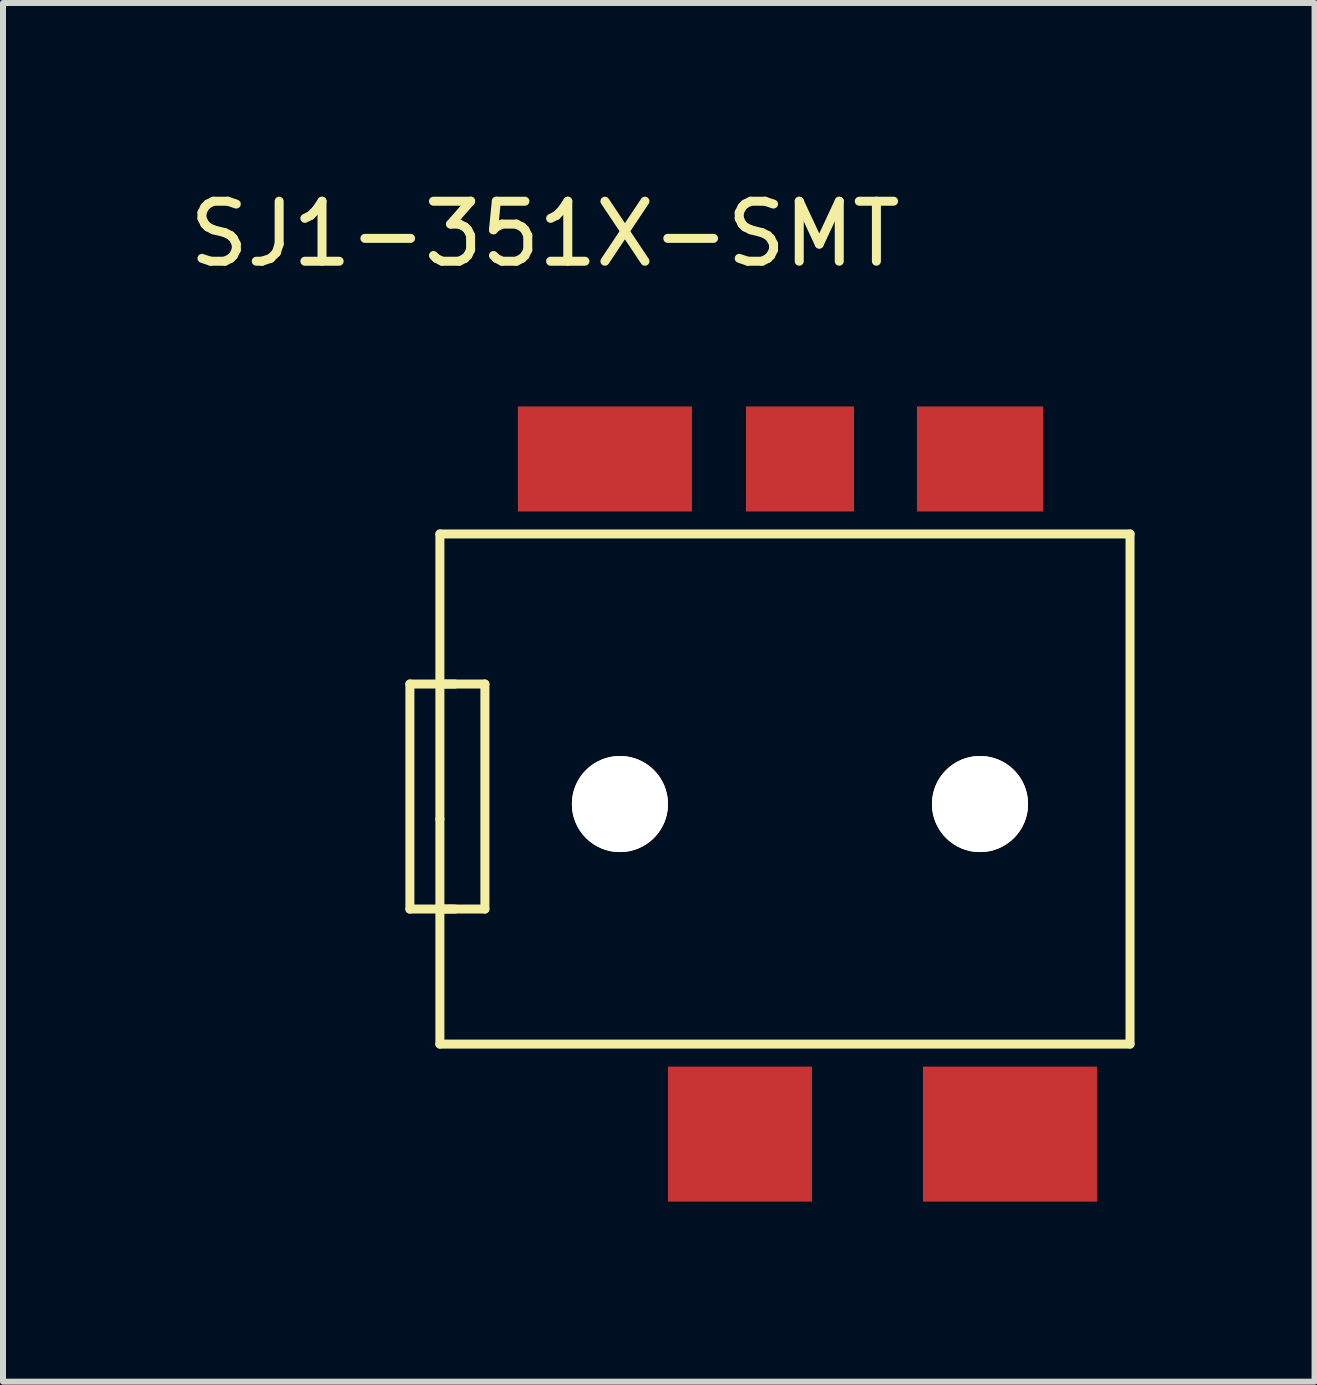
<source format=kicad_pcb>
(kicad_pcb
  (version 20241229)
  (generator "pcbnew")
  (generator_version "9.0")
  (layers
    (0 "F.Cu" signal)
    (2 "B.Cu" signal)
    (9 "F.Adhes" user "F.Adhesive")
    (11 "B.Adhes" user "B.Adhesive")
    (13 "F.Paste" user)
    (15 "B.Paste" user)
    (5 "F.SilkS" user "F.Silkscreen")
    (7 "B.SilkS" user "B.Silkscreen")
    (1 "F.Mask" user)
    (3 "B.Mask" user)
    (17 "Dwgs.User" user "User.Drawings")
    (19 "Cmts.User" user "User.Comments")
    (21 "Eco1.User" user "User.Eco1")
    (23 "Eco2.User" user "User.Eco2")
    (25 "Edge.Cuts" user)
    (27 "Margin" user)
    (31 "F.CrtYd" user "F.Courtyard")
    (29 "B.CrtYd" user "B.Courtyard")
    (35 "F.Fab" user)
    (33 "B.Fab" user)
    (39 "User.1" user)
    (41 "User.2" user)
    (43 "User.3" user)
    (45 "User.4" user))
  (footprint "SJ1-351X-SMT"
    (layer "F.Cu")
    (at 10.28 10.348)
    (property "Reference" "SJ1-351X-SMT" (at -4.25 -9.5 0) (layer "F.SilkS") (effects (font (size 1 1) (thickness 0.15))))
    (attr through_hole)
    (fp_line (start -6.5 -2) (end -6.5 1.75) (stroke (width 0.15) (type solid)) (layer "F.SilkS"))
    (fp_line (start -6.5 1.75) (end -5.75 1.75) (stroke (width 0.15) (type solid)) (layer "F.SilkS"))
    (fp_line (start -6 -4.5) (end 5.5 -4.5) (stroke (width 0.15) (type solid)) (layer "F.SilkS"))
    (fp_line (start -6 0.25) (end -6 -4.5) (stroke (width 0.15) (type solid)) (layer "F.SilkS"))
    (fp_line (start -6 1.75) (end -5.25 1.75) (stroke (width 0.15) (type solid)) (layer "F.SilkS"))
    (fp_line (start -6 4) (end -6 0.25) (stroke (width 0.15) (type solid)) (layer "F.SilkS"))
    (fp_line (start -5.75 -2) (end -6.5 -2) (stroke (width 0.15) (type solid)) (layer "F.SilkS"))
    (fp_line (start -5.25 -2) (end -6 -2) (stroke (width 0.15) (type solid)) (layer "F.SilkS"))
    (fp_line (start -5.25 1.75) (end -5.25 -2) (stroke (width 0.15) (type solid)) (layer "F.SilkS"))
    (fp_line (start 5.5 -4.5) (end 5.5 4) (stroke (width 0.15) (type solid)) (layer "F.SilkS"))
    (fp_line (start 5.5 4) (end -6 4) (stroke (width 0.15) (type solid)) (layer "F.SilkS"))
    (pad "1" smd rect (at -3.25 -5.75) (size 2.9 1.75) (layers "F.Cu" "F.Mask" "F.Paste"))
    (pad "2" smd rect (at 3.5 5.5) (size 2.9 2.25) (layers "F.Cu" "F.Mask" "F.Paste"))
    (pad "3" smd rect (at 3 -5.75) (size 2.1 1.75) (layers "F.Cu" "F.Mask" "F.Paste"))
    (pad "4" smd rect (at -1 5.5) (size 2.4 2.25) (layers "F.Cu" "F.Mask" "F.Paste"))
    (pad "5" smd rect (at 0 -5.75) (size 1.8 1.75) (layers "F.Cu" "F.Mask" "F.Paste"))
    (pad "7" thru_hole circle (at -3 0) (size 1.6 1.6) (drill 1.6) (layers "*.Cu" "*.Mask" "F.SilkS"))
    (pad "8" thru_hole circle (at 3 0) (size 1.6 1.6) (drill 1.6) (layers "*.Cu" "*.Mask" "F.SilkS")))
  (gr_rect
    (start -3 -3)
    (end 18.855 19.973)
    (stroke (width 0.1) (type default))
    (fill no)
    (layer "Edge.Cuts")))
</source>
